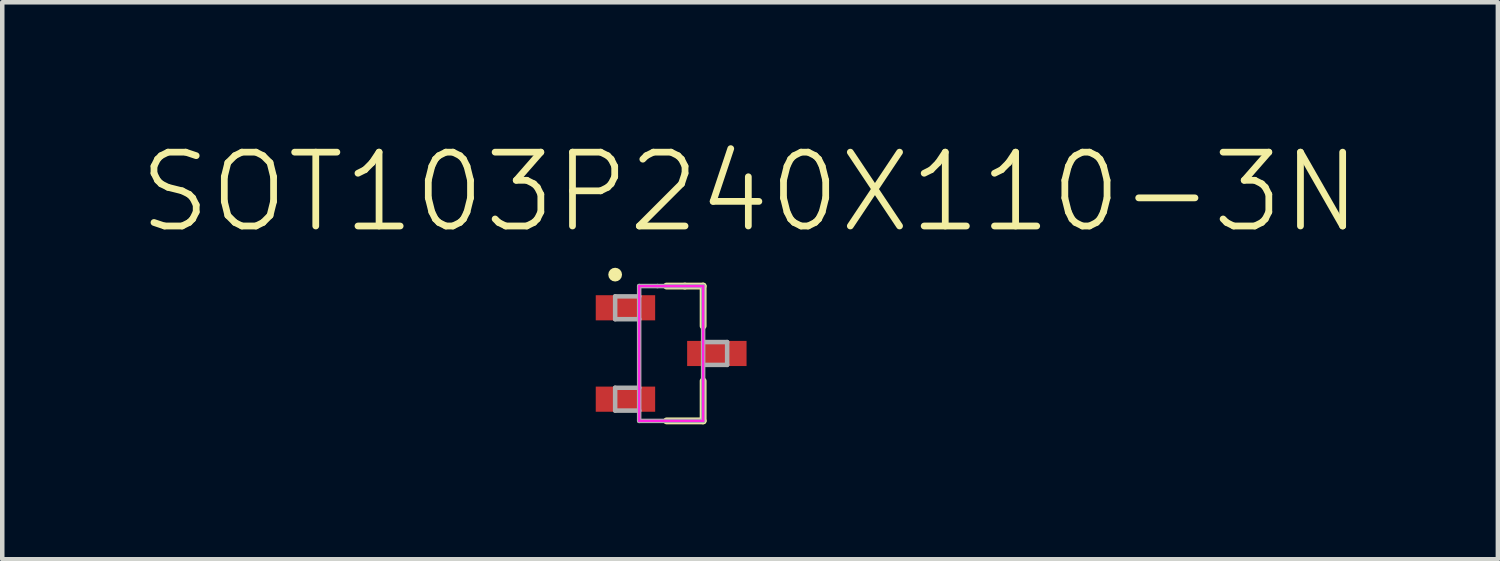
<source format=kicad_pcb>
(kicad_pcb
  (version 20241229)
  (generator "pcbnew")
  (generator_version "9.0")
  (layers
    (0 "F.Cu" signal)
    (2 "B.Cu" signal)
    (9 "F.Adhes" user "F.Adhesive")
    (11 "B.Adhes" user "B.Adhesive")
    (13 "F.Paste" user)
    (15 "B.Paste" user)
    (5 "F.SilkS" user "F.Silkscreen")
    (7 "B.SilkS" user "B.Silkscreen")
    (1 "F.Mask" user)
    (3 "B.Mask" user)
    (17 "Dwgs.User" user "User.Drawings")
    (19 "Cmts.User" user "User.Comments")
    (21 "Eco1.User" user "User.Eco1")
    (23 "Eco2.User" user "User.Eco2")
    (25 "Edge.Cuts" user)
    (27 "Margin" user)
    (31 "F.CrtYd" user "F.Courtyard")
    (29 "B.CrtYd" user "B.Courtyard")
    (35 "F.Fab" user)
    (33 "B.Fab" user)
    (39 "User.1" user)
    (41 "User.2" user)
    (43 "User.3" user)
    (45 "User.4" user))
  (footprint "SOT103P240X110-3N"
    (layer "F.Cu")
    (at 11.872 4.809)
    (property "Reference" "SOT103P240X110-3N" (at 1.755 -3.586 0) (layer "F.SilkS") (effects (font (size 1.642 1.642) (thickness 0.15))))
    (attr smd)
    (fp_line (start -0.102 1.499) (end 0.711 1.499) (stroke (width 0.152) (type solid)) (layer "F.SilkS"))
    (fp_line (start 0.305 -1.499) (end -0.102 -1.499) (stroke (width 0.152) (type solid)) (layer "F.SilkS"))
    (fp_line (start 0.711 -1.499) (end 0.305 -1.499) (stroke (width 0.152) (type solid)) (layer "F.SilkS"))
    (fp_line (start 0.711 -0.61) (end 0.711 -1.499) (stroke (width 0.152) (type solid)) (layer "F.SilkS"))
    (fp_line (start 0.711 1.499) (end 0.711 0.61) (stroke (width 0.152) (type solid)) (layer "F.SilkS"))
    (fp_circle (center -1.245 -1.753) (end -1.168 -1.753) (stroke (width 0.152) (type default)) (fill no) (layer "F.SilkS"))
    (fp_line (start -0.711 -1.499) (end 0.711 -1.499) (stroke (width 0.05) (type default)) (layer "F.CrtYd"))
    (fp_line (start -0.711 1.499) (end -0.711 -1.499) (stroke (width 0.05) (type default)) (layer "F.CrtYd"))
    (fp_line (start 0.711 -1.499) (end 0.711 1.499) (stroke (width 0.05) (type default)) (layer "F.CrtYd"))
    (fp_line (start 0.711 1.499) (end -0.711 1.499) (stroke (width 0.05) (type default)) (layer "F.CrtYd"))
    (fp_line (start -1.245 -1.27) (end -1.245 -0.762) (stroke (width 0.1) (type solid)) (layer "F.Fab"))
    (fp_line (start -1.245 -0.762) (end -0.711 -0.762) (stroke (width 0.1) (type solid)) (layer "F.Fab"))
    (fp_line (start -1.245 0.762) (end -1.245 1.27) (stroke (width 0.1) (type solid)) (layer "F.Fab"))
    (fp_line (start -1.245 1.27) (end -0.711 1.27) (stroke (width 0.1) (type solid)) (layer "F.Fab"))
    (fp_line (start -0.711 -1.499) (end -0.711 -1.27) (stroke (width 0.1) (type solid)) (layer "F.Fab"))
    (fp_line (start -0.711 -1.27) (end -1.245 -1.27) (stroke (width 0.1) (type solid)) (layer "F.Fab"))
    (fp_line (start -0.711 -1.27) (end -0.711 -0.762) (stroke (width 0.1) (type solid)) (layer "F.Fab"))
    (fp_line (start -0.711 -0.762) (end -0.711 0.762) (stroke (width 0.1) (type solid)) (layer "F.Fab"))
    (fp_line (start -0.711 0.762) (end -1.245 0.762) (stroke (width 0.1) (type solid)) (layer "F.Fab"))
    (fp_line (start -0.711 1.27) (end -0.711 0.762) (stroke (width 0.1) (type solid)) (layer "F.Fab"))
    (fp_line (start -0.711 1.499) (end -0.711 1.27) (stroke (width 0.1) (type solid)) (layer "F.Fab"))
    (fp_line (start -0.711 1.499) (end 0.711 1.499) (stroke (width 0.1) (type solid)) (layer "F.Fab"))
    (fp_line (start -0.305 -1.499) (end -0.711 -1.499) (stroke (width 0.1) (type solid)) (layer "F.Fab"))
    (fp_line (start 0.305 -1.499) (end -0.305 -1.499) (stroke (width 0.1) (type solid)) (layer "F.Fab"))
    (fp_line (start 0.711 -1.499) (end 0.305 -1.499) (stroke (width 0.1) (type solid)) (layer "F.Fab"))
    (fp_line (start 0.711 -0.254) (end 0.711 -1.499) (stroke (width 0.1) (type solid)) (layer "F.Fab"))
    (fp_line (start 0.711 0.254) (end 0.711 -0.254) (stroke (width 0.1) (type solid)) (layer "F.Fab"))
    (fp_line (start 0.711 0.254) (end 1.245 0.254) (stroke (width 0.1) (type solid)) (layer "F.Fab"))
    (fp_line (start 0.711 1.499) (end 0.711 0.254) (stroke (width 0.1) (type solid)) (layer "F.Fab"))
    (fp_line (start 1.245 -0.254) (end 0.711 -0.254) (stroke (width 0.1) (type solid)) (layer "F.Fab"))
    (fp_line (start 1.245 0.254) (end 1.245 -0.254) (stroke (width 0.1) (type solid)) (layer "F.Fab"))
    (pad "1" smd rect (at -1.016 -1.016) (size 1.321 0.559) (layers "F.Cu" "F.Mask" "F.Paste"))
    (pad "2" smd rect (at -1.016 1.016) (size 1.321 0.559) (layers "F.Cu" "F.Mask" "F.Paste"))
    (pad "3" smd rect (at 1.016 0) (size 1.321 0.559) (layers "F.Cu" "F.Mask" "F.Paste")))
  (gr_rect
    (start -3 -3)
    (end 30.253 9.384)
    (stroke (width 0.1) (type default))
    (fill no)
    (layer "Edge.Cuts")))
</source>
